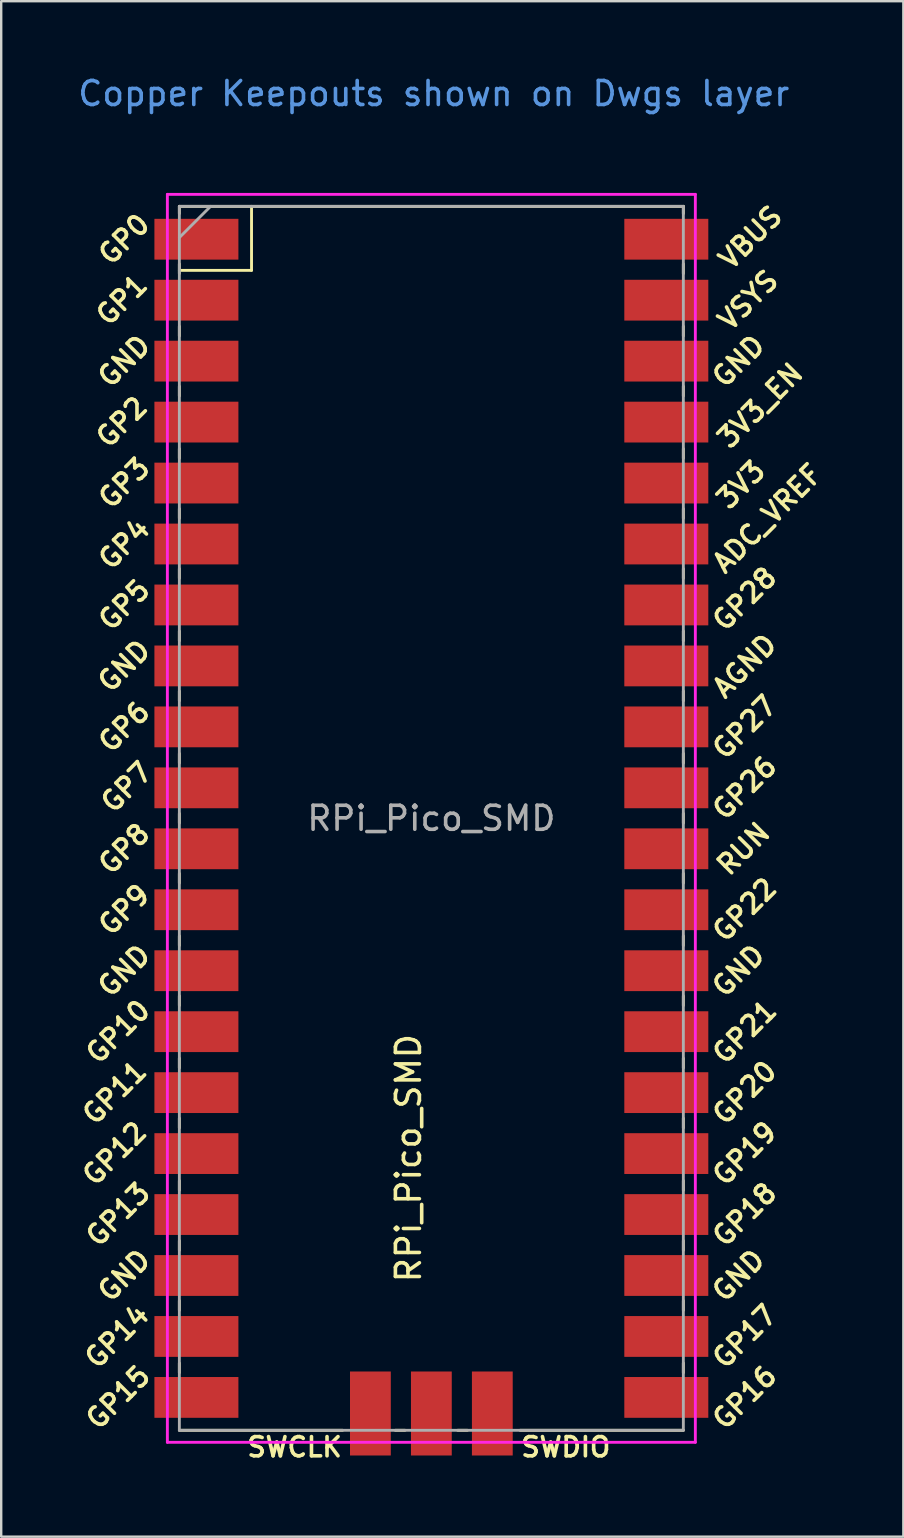
<source format=kicad_pcb>
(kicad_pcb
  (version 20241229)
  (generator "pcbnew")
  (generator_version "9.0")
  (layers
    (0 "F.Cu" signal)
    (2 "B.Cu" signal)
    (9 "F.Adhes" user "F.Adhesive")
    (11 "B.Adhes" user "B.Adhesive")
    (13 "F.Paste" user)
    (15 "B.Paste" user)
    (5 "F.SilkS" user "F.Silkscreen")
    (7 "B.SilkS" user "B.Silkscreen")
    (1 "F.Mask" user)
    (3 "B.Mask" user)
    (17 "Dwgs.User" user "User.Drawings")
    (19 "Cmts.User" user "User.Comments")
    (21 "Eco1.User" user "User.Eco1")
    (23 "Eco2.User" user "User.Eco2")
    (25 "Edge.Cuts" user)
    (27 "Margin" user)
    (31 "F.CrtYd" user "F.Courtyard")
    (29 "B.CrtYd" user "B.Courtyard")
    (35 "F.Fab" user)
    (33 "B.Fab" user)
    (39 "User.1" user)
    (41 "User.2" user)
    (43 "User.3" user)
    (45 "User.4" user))
  (footprint "RPi_Pico_SMD"
    (layer "F.Cu")
    (at 14.924 31.048)
    (property "Reference" "RPi_Pico_SMD" (at -0.953 14.161 90) (layer "F.SilkS") (effects (font (size 1 1) (thickness 0.15))))
    (attr smd)
    (fp_line (start -10.5 -25.5) (end -10.5 -25.2) (stroke (width 0.12) (type solid)) (layer "F.SilkS"))
    (fp_line (start -10.5 -25.5) (end 10.5 -25.5) (stroke (width 0.12) (type solid)) (layer "F.SilkS"))
    (fp_line (start -10.5 -23.1) (end -10.5 -22.7) (stroke (width 0.12) (type solid)) (layer "F.SilkS"))
    (fp_line (start -10.5 -22.833) (end -7.493 -22.833) (stroke (width 0.12) (type solid)) (layer "F.SilkS"))
    (fp_line (start -10.5 -20.5) (end -10.5 -20.1) (stroke (width 0.12) (type solid)) (layer "F.SilkS"))
    (fp_line (start -10.5 -18) (end -10.5 -17.6) (stroke (width 0.12) (type solid)) (layer "F.SilkS"))
    (fp_line (start -10.5 -15.4) (end -10.5 -15) (stroke (width 0.12) (type solid)) (layer "F.SilkS"))
    (fp_line (start -10.5 -12.9) (end -10.5 -12.5) (stroke (width 0.12) (type solid)) (layer "F.SilkS"))
    (fp_line (start -10.5 -10.4) (end -10.5 -10) (stroke (width 0.12) (type solid)) (layer "F.SilkS"))
    (fp_line (start -10.5 -7.8) (end -10.5 -7.4) (stroke (width 0.12) (type solid)) (layer "F.SilkS"))
    (fp_line (start -10.5 -5.3) (end -10.5 -4.9) (stroke (width 0.12) (type solid)) (layer "F.SilkS"))
    (fp_line (start -10.5 -2.7) (end -10.5 -2.3) (stroke (width 0.12) (type solid)) (layer "F.SilkS"))
    (fp_line (start -10.5 -0.2) (end -10.5 0.2) (stroke (width 0.12) (type solid)) (layer "F.SilkS"))
    (fp_line (start -10.5 2.3) (end -10.5 2.7) (stroke (width 0.12) (type solid)) (layer "F.SilkS"))
    (fp_line (start -10.5 4.9) (end -10.5 5.3) (stroke (width 0.12) (type solid)) (layer "F.SilkS"))
    (fp_line (start -10.5 7.4) (end -10.5 7.8) (stroke (width 0.12) (type solid)) (layer "F.SilkS"))
    (fp_line (start -10.5 10) (end -10.5 10.4) (stroke (width 0.12) (type solid)) (layer "F.SilkS"))
    (fp_line (start -10.5 12.5) (end -10.5 12.9) (stroke (width 0.12) (type solid)) (layer "F.SilkS"))
    (fp_line (start -10.5 15.1) (end -10.5 15.5) (stroke (width 0.12) (type solid)) (layer "F.SilkS"))
    (fp_line (start -10.5 17.6) (end -10.5 18) (stroke (width 0.12) (type solid)) (layer "F.SilkS"))
    (fp_line (start -10.5 20.1) (end -10.5 20.5) (stroke (width 0.12) (type solid)) (layer "F.SilkS"))
    (fp_line (start -10.5 22.7) (end -10.5 23.1) (stroke (width 0.12) (type solid)) (layer "F.SilkS"))
    (fp_line (start -7.493 -22.833) (end -7.493 -25.5) (stroke (width 0.12) (type solid)) (layer "F.SilkS"))
    (fp_line (start -3.7 25.5) (end -10.5 25.5) (stroke (width 0.12) (type solid)) (layer "F.SilkS"))
    (fp_line (start -1.5 25.5) (end -1.1 25.5) (stroke (width 0.12) (type solid)) (layer "F.SilkS"))
    (fp_line (start 1.1 25.5) (end 1.5 25.5) (stroke (width 0.12) (type solid)) (layer "F.SilkS"))
    (fp_line (start 10.5 -25.5) (end 10.5 -25.2) (stroke (width 0.12) (type solid)) (layer "F.SilkS"))
    (fp_line (start 10.5 -23.1) (end 10.5 -22.7) (stroke (width 0.12) (type solid)) (layer "F.SilkS"))
    (fp_line (start 10.5 -20.5) (end 10.5 -20.1) (stroke (width 0.12) (type solid)) (layer "F.SilkS"))
    (fp_line (start 10.5 -18) (end 10.5 -17.6) (stroke (width 0.12) (type solid)) (layer "F.SilkS"))
    (fp_line (start 10.5 -15.4) (end 10.5 -15) (stroke (width 0.12) (type solid)) (layer "F.SilkS"))
    (fp_line (start 10.5 -12.9) (end 10.5 -12.5) (stroke (width 0.12) (type solid)) (layer "F.SilkS"))
    (fp_line (start 10.5 -10.4) (end 10.5 -10) (stroke (width 0.12) (type solid)) (layer "F.SilkS"))
    (fp_line (start 10.5 -7.8) (end 10.5 -7.4) (stroke (width 0.12) (type solid)) (layer "F.SilkS"))
    (fp_line (start 10.5 -5.3) (end 10.5 -4.9) (stroke (width 0.12) (type solid)) (layer "F.SilkS"))
    (fp_line (start 10.5 -2.7) (end 10.5 -2.3) (stroke (width 0.12) (type solid)) (layer "F.SilkS"))
    (fp_line (start 10.5 -0.2) (end 10.5 0.2) (stroke (width 0.12) (type solid)) (layer "F.SilkS"))
    (fp_line (start 10.5 2.3) (end 10.5 2.7) (stroke (width 0.12) (type solid)) (layer "F.SilkS"))
    (fp_line (start 10.5 4.9) (end 10.5 5.3) (stroke (width 0.12) (type solid)) (layer "F.SilkS"))
    (fp_line (start 10.5 7.4) (end 10.5 7.8) (stroke (width 0.12) (type solid)) (layer "F.SilkS"))
    (fp_line (start 10.5 10) (end 10.5 10.4) (stroke (width 0.12) (type solid)) (layer "F.SilkS"))
    (fp_line (start 10.5 12.5) (end 10.5 12.9) (stroke (width 0.12) (type solid)) (layer "F.SilkS"))
    (fp_line (start 10.5 15.1) (end 10.5 15.5) (stroke (width 0.12) (type solid)) (layer "F.SilkS"))
    (fp_line (start 10.5 17.6) (end 10.5 18) (stroke (width 0.12) (type solid)) (layer "F.SilkS"))
    (fp_line (start 10.5 20.1) (end 10.5 20.5) (stroke (width 0.12) (type solid)) (layer "F.SilkS"))
    (fp_line (start 10.5 22.7) (end 10.5 23.1) (stroke (width 0.12) (type solid)) (layer "F.SilkS"))
    (fp_line (start 10.5 25.5) (end 3.7 25.5) (stroke (width 0.12) (type solid)) (layer "F.SilkS"))
    (fp_line (start -11 -26) (end 11 -26) (stroke (width 0.12) (type solid)) (layer "F.CrtYd"))
    (fp_line (start -11 26) (end -11 -26) (stroke (width 0.12) (type solid)) (layer "F.CrtYd"))
    (fp_line (start 11 -26) (end 11 26) (stroke (width 0.12) (type solid)) (layer "F.CrtYd"))
    (fp_line (start 11 26) (end -11 26) (stroke (width 0.12) (type solid)) (layer "F.CrtYd"))
    (fp_line (start -10.5 -25.5) (end 10.5 -25.5) (stroke (width 0.12) (type solid)) (layer "F.Fab"))
    (fp_line (start -10.5 -24.2) (end -9.2 -25.5) (stroke (width 0.12) (type solid)) (layer "F.Fab"))
    (fp_line (start -10.5 25.5) (end -10.5 -25.5) (stroke (width 0.12) (type solid)) (layer "F.Fab"))
    (fp_line (start 10.5 -25.5) (end 10.5 25.5) (stroke (width 0.12) (type solid)) (layer "F.Fab"))
    (fp_line (start 10.5 25.5) (end -10.5 25.5) (stroke (width 0.12) (type solid)) (layer "F.Fab"))
    (fp_text user "GP3" (at -12.8 -13.97 225) (layer "F.SilkS") (effects (font (size 0.8 0.8) (thickness 0.15))))
    (fp_text user "GP9" (at -12.8 3.81 225) (layer "F.SilkS") (effects (font (size 0.8 0.8) (thickness 0.15))))
    (fp_text user "GP2" (at -12.9 -16.51 225) (layer "F.SilkS") (effects (font (size 0.8 0.8) (thickness 0.15))))
    (fp_text user "SWDIO" (at 5.6 26.2 180) (layer "F.SilkS") (effects (font (size 0.8 0.8) (thickness 0.15))))
    (fp_text user "GP4" (at -12.8 -11.43 225) (layer "F.SilkS") (effects (font (size 0.8 0.8) (thickness 0.15))))
    (fp_text user "VSYS" (at 13.2 -21.59 225) (layer "F.SilkS") (effects (font (size 0.8 0.8) (thickness 0.15))))
    (fp_text user "GP12" (at -13.2 13.97 225) (layer "F.SilkS") (effects (font (size 0.8 0.8) (thickness 0.15))))
    (fp_text user "GND" (at 12.8 -19.05 225) (layer "F.SilkS") (effects (font (size 0.8 0.8) (thickness 0.15))))
    (fp_text user "GND" (at -12.8 6.35 225) (layer "F.SilkS") (effects (font (size 0.8 0.8) (thickness 0.15))))
    (fp_text user "GP1" (at -12.9 -21.6 225) (layer "F.SilkS") (effects (font (size 0.8 0.8) (thickness 0.15))))
    (fp_text user "GP13" (at -13.054 16.51 225) (layer "F.SilkS") (effects (font (size 0.8 0.8) (thickness 0.15))))
    (fp_text user "GP16" (at 13.054 24.13 225) (layer "F.SilkS") (effects (font (size 0.8 0.8) (thickness 0.15))))
    (fp_text user "GP17" (at 13.054 21.59 225) (layer "F.SilkS") (effects (font (size 0.8 0.8) (thickness 0.15))))
    (fp_text user "GP14" (at -13.1 21.59 225) (layer "F.SilkS") (effects (font (size 0.8 0.8) (thickness 0.15))))
    (fp_text user "GP7" (at -12.7 -1.3 225) (layer "F.SilkS") (effects (font (size 0.8 0.8) (thickness 0.15))))
    (fp_text user "GP19" (at 13.054 13.97 225) (layer "F.SilkS") (effects (font (size 0.8 0.8) (thickness 0.15))))
    (fp_text user "GP28" (at 13.054 -9.144 225) (layer "F.SilkS") (effects (font (size 0.8 0.8) (thickness 0.15))))
    (fp_text user "GP18" (at 13.054 16.51 225) (layer "F.SilkS") (effects (font (size 0.8 0.8) (thickness 0.15))))
    (fp_text user "GP0" (at -12.8 -24.13 225) (layer "F.SilkS") (effects (font (size 0.8 0.8) (thickness 0.15))))
    (fp_text user "GP10" (at -13.054 8.89 225) (layer "F.SilkS") (effects (font (size 0.8 0.8) (thickness 0.15))))
    (fp_text user "GP6" (at -12.8 -3.81 225) (layer "F.SilkS") (effects (font (size 0.8 0.8) (thickness 0.15))))
    (fp_text user "GP26" (at 13.054 -1.27 225) (layer "F.SilkS") (effects (font (size 0.8 0.8) (thickness 0.15))))
    (fp_text user "3V3" (at 12.9 -13.9 225) (layer "F.SilkS") (effects (font (size 0.8 0.8) (thickness 0.15))))
    (fp_text user "VBUS" (at 13.3 -24.2 225) (layer "F.SilkS") (effects (font (size 0.8 0.8) (thickness 0.15))))
    (fp_text user "GP20" (at 13.054 11.43 225) (layer "F.SilkS") (effects (font (size 0.8 0.8) (thickness 0.15))))
    (fp_text user "AGND" (at 13.054 -6.35 225) (layer "F.SilkS") (effects (font (size 0.8 0.8) (thickness 0.15))))
    (fp_text user "GP27" (at 13.054 -3.8 225) (layer "F.SilkS") (effects (font (size 0.8 0.8) (thickness 0.15))))
    (fp_text user "GND" (at -12.8 -19.05 225) (layer "F.SilkS") (effects (font (size 0.8 0.8) (thickness 0.15))))
    (fp_text user "RUN" (at 13 1.27 225) (layer "F.SilkS") (effects (font (size 0.8 0.8) (thickness 0.15))))
    (fp_text user "3V3_EN" (at 13.7 -17.2 225) (layer "F.SilkS") (effects (font (size 0.8 0.8) (thickness 0.15))))
    (fp_text user "GND" (at 12.8 6.35 225) (layer "F.SilkS") (effects (font (size 0.8 0.8) (thickness 0.15))))
    (fp_text user "GP21" (at 13.054 8.9 225) (layer "F.SilkS") (effects (font (size 0.8 0.8) (thickness 0.15))))
    (fp_text user "SWCLK" (at -5.7 26.2 180) (layer "F.SilkS") (effects (font (size 0.8 0.8) (thickness 0.15))))
    (fp_text user "GND" (at -12.8 -6.35 225) (layer "F.SilkS") (effects (font (size 0.8 0.8) (thickness 0.15))))
    (fp_text user "GP5" (at -12.8 -8.89 225) (layer "F.SilkS") (effects (font (size 0.8 0.8) (thickness 0.15))))
    (fp_text user "GP11" (at -13.2 11.43 225) (layer "F.SilkS") (effects (font (size 0.8 0.8) (thickness 0.15))))
    (fp_text user "ADC_VREF" (at 14 -12.5 225) (layer "F.SilkS") (effects (font (size 0.8 0.8) (thickness 0.15))))
    (fp_text user "GP15" (at -13.054 24.13 225) (layer "F.SilkS") (effects (font (size 0.8 0.8) (thickness 0.15))))
    (fp_text user "GP22" (at 13.054 3.81 225) (layer "F.SilkS") (effects (font (size 0.8 0.8) (thickness 0.15))))
    (fp_text user "GP8" (at -12.8 1.27 225) (layer "F.SilkS") (effects (font (size 0.8 0.8) (thickness 0.15))))
    (fp_text user "GND" (at -12.8 19.05 225) (layer "F.SilkS") (effects (font (size 0.8 0.8) (thickness 0.15))))
    (fp_text user "GND" (at 12.8 19.05 225) (layer "F.SilkS") (effects (font (size 0.8 0.8) (thickness 0.15))))
    (fp_text user "Copper Keepouts shown on Dwgs layer" (at 0.1 -30.2 180) (layer "Cmts.User") (effects (font (size 1 1) (thickness 0.15))))
    (fp_text user "${REFERENCE}" (at 0 0 180) (layer "F.Fab") (effects (font (size 1 1) (thickness 0.15))))
    (pad "1" smd rect (at -8.89 -24.13) (size 3.5 1.7) (drill (offset -0.9 0)) (layers "F.Cu" "F.Mask"))
    (pad "2" smd rect (at -8.89 -21.59) (size 3.5 1.7) (drill (offset -0.9 0)) (layers "F.Cu" "F.Mask"))
    (pad "3" smd rect (at -8.89 -19.05) (size 3.5 1.7) (drill (offset -0.9 0)) (layers "F.Cu" "F.Mask"))
    (pad "4" smd rect (at -8.89 -16.51) (size 3.5 1.7) (drill (offset -0.9 0)) (layers "F.Cu" "F.Mask"))
    (pad "5" smd rect (at -8.89 -13.97) (size 3.5 1.7) (drill (offset -0.9 0)) (layers "F.Cu" "F.Mask"))
    (pad "6" smd rect (at -8.89 -11.43) (size 3.5 1.7) (drill (offset -0.9 0)) (layers "F.Cu" "F.Mask"))
    (pad "7" smd rect (at -8.89 -8.89) (size 3.5 1.7) (drill (offset -0.9 0)) (layers "F.Cu" "F.Mask"))
    (pad "8" smd rect (at -8.89 -6.35) (size 3.5 1.7) (drill (offset -0.9 0)) (layers "F.Cu" "F.Mask"))
    (pad "9" smd rect (at -8.89 -3.81) (size 3.5 1.7) (drill (offset -0.9 0)) (layers "F.Cu" "F.Mask"))
    (pad "10" smd rect (at -8.89 -1.27) (size 3.5 1.7) (drill (offset -0.9 0)) (layers "F.Cu" "F.Mask"))
    (pad "11" smd rect (at -8.89 1.27) (size 3.5 1.7) (drill (offset -0.9 0)) (layers "F.Cu" "F.Mask"))
    (pad "12" smd rect (at -8.89 3.81) (size 3.5 1.7) (drill (offset -0.9 0)) (layers "F.Cu" "F.Mask"))
    (pad "13" smd rect (at -8.89 6.35) (size 3.5 1.7) (drill (offset -0.9 0)) (layers "F.Cu" "F.Mask"))
    (pad "14" smd rect (at -8.89 8.89) (size 3.5 1.7) (drill (offset -0.9 0)) (layers "F.Cu" "F.Mask"))
    (pad "15" smd rect (at -8.89 11.43) (size 3.5 1.7) (drill (offset -0.9 0)) (layers "F.Cu" "F.Mask"))
    (pad "16" smd rect (at -8.89 13.97) (size 3.5 1.7) (drill (offset -0.9 0)) (layers "F.Cu" "F.Mask"))
    (pad "17" smd rect (at -8.89 16.51) (size 3.5 1.7) (drill (offset -0.9 0)) (layers "F.Cu" "F.Mask"))
    (pad "18" smd rect (at -8.89 19.05) (size 3.5 1.7) (drill (offset -0.9 0)) (layers "F.Cu" "F.Mask"))
    (pad "19" smd rect (at -8.89 21.59) (size 3.5 1.7) (drill (offset -0.9 0)) (layers "F.Cu" "F.Mask"))
    (pad "20" smd rect (at -8.89 24.13) (size 3.5 1.7) (drill (offset -0.9 0)) (layers "F.Cu" "F.Mask"))
    (pad "21" smd rect (at 8.89 24.13) (size 3.5 1.7) (drill (offset 0.9 0)) (layers "F.Cu" "F.Mask"))
    (pad "22" smd rect (at 8.89 21.59) (size 3.5 1.7) (drill (offset 0.9 0)) (layers "F.Cu" "F.Mask"))
    (pad "23" smd rect (at 8.89 19.05) (size 3.5 1.7) (drill (offset 0.9 0)) (layers "F.Cu" "F.Mask"))
    (pad "24" smd rect (at 8.89 16.51) (size 3.5 1.7) (drill (offset 0.9 0)) (layers "F.Cu" "F.Mask"))
    (pad "25" smd rect (at 8.89 13.97) (size 3.5 1.7) (drill (offset 0.9 0)) (layers "F.Cu" "F.Mask"))
    (pad "26" smd rect (at 8.89 11.43) (size 3.5 1.7) (drill (offset 0.9 0)) (layers "F.Cu" "F.Mask"))
    (pad "27" smd rect (at 8.89 8.89) (size 3.5 1.7) (drill (offset 0.9 0)) (layers "F.Cu" "F.Mask"))
    (pad "28" smd rect (at 8.89 6.35) (size 3.5 1.7) (drill (offset 0.9 0)) (layers "F.Cu" "F.Mask"))
    (pad "29" smd rect (at 8.89 3.81) (size 3.5 1.7) (drill (offset 0.9 0)) (layers "F.Cu" "F.Mask"))
    (pad "30" smd rect (at 8.89 1.27) (size 3.5 1.7) (drill (offset 0.9 0)) (layers "F.Cu" "F.Mask"))
    (pad "31" smd rect (at 8.89 -1.27) (size 3.5 1.7) (drill (offset 0.9 0)) (layers "F.Cu" "F.Mask"))
    (pad "32" smd rect (at 8.89 -3.81) (size 3.5 1.7) (drill (offset 0.9 0)) (layers "F.Cu" "F.Mask"))
    (pad "33" smd rect (at 8.89 -6.35) (size 3.5 1.7) (drill (offset 0.9 0)) (layers "F.Cu" "F.Mask"))
    (pad "34" smd rect (at 8.89 -8.89) (size 3.5 1.7) (drill (offset 0.9 0)) (layers "F.Cu" "F.Mask"))
    (pad "35" smd rect (at 8.89 -11.43) (size 3.5 1.7) (drill (offset 0.9 0)) (layers "F.Cu" "F.Mask"))
    (pad "36" smd rect (at 8.89 -13.97) (size 3.5 1.7) (drill (offset 0.9 0)) (layers "F.Cu" "F.Mask"))
    (pad "37" smd rect (at 8.89 -16.51) (size 3.5 1.7) (drill (offset 0.9 0)) (layers "F.Cu" "F.Mask"))
    (pad "38" smd rect (at 8.89 -19.05) (size 3.5 1.7) (drill (offset 0.9 0)) (layers "F.Cu" "F.Mask"))
    (pad "39" smd rect (at 8.89 -21.59) (size 3.5 1.7) (drill (offset 0.9 0)) (layers "F.Cu" "F.Mask"))
    (pad "40" smd rect (at 8.89 -24.13) (size 3.5 1.7) (drill (offset 0.9 0)) (layers "F.Cu" "F.Mask"))
    (pad "41" smd rect (at -2.54 23.9 90) (size 3.5 1.7) (drill (offset -0.9 0)) (layers "F.Cu" "F.Mask"))
    (pad "42" smd rect (at 0 23.9 90) (size 3.5 1.7) (drill (offset -0.9 0)) (layers "F.Cu" "F.Mask"))
    (pad "43" smd rect (at 2.54 23.9 90) (size 3.5 1.7) (drill (offset -0.9 0)) (layers "F.Cu" "F.Mask")))
  (gr_rect
    (start -3 -3)
    (end 34.591 60.98)
    (stroke (width 0.1) (type default))
    (fill no)
    (layer "Edge.Cuts")))
</source>
